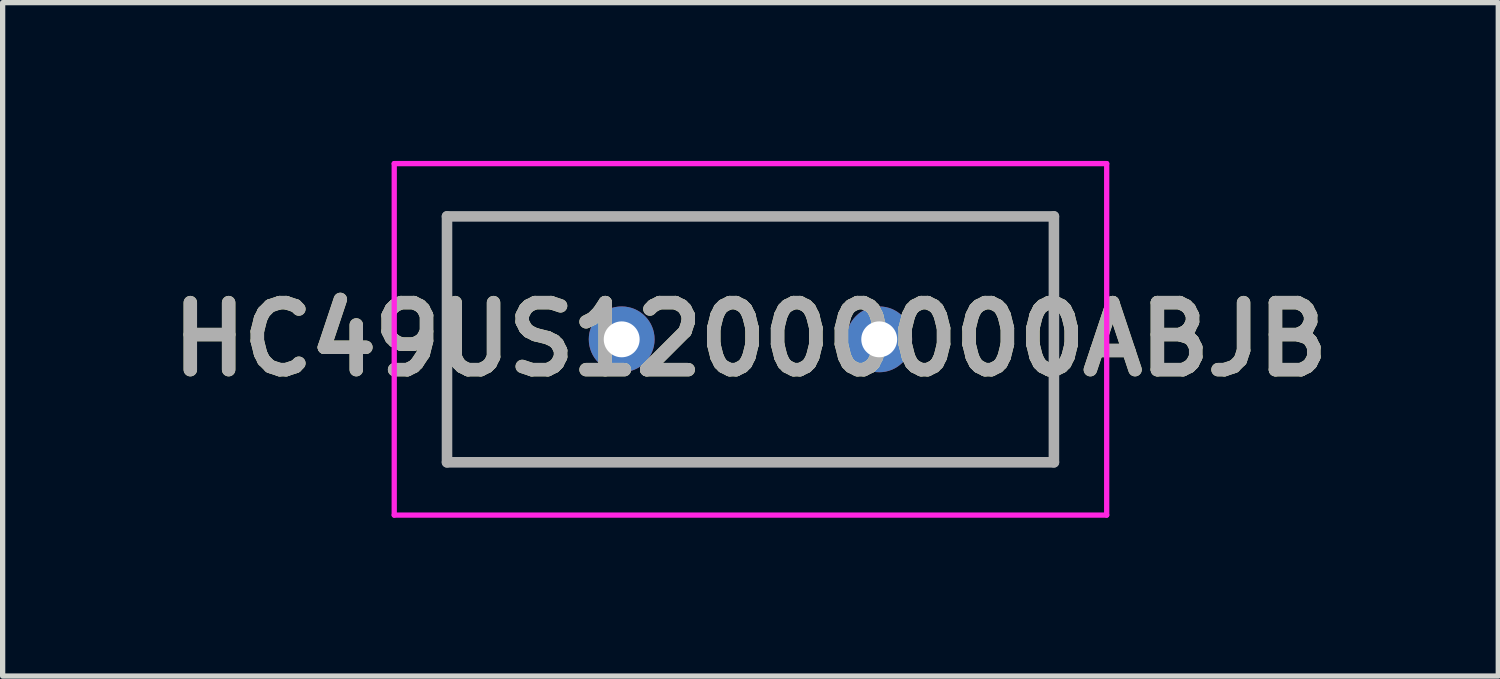
<source format=kicad_pcb>
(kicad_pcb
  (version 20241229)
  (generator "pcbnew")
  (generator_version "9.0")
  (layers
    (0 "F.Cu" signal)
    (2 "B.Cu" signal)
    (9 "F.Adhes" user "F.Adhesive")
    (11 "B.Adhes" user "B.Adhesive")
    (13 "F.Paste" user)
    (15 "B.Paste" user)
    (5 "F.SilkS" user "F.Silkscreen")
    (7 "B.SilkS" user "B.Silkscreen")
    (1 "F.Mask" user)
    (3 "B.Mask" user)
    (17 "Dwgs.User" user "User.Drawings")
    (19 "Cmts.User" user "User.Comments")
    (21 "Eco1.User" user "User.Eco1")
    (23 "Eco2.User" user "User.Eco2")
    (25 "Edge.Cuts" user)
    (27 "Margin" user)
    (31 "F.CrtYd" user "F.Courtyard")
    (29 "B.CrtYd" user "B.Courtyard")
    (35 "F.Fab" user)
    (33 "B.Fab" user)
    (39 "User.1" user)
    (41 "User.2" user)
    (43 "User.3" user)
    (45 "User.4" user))
  (footprint "HC49US12000000ABJB"
    (layer "F.Cu")
    (at 8.73 3.38)
    (property "Reference" "HC49US12000000ABJB" (at 2.44 0 0) (layer "F.SilkS") (effects (font (size 1.27 1.27) (thickness 0.254))))
    (attr through_hole)
    (fp_line (start -3.31 -2.33) (end 8.19 -2.33) (stroke (width 0.1) (type solid)) (layer "F.SilkS"))
    (fp_line (start -3.31 2.33) (end -3.31 -2.33) (stroke (width 0.1) (type solid)) (layer "F.SilkS"))
    (fp_line (start 8.19 -2.33) (end 8.19 2.33) (stroke (width 0.1) (type solid)) (layer "F.SilkS"))
    (fp_line (start 8.19 2.33) (end -3.31 2.33) (stroke (width 0.1) (type solid)) (layer "F.SilkS"))
    (fp_line (start -4.31 -3.33) (end 9.19 -3.33) (stroke (width 0.1) (type solid)) (layer "F.CrtYd"))
    (fp_line (start -4.31 3.33) (end -4.31 -3.33) (stroke (width 0.1) (type solid)) (layer "F.CrtYd"))
    (fp_line (start 9.19 -3.33) (end 9.19 3.33) (stroke (width 0.1) (type solid)) (layer "F.CrtYd"))
    (fp_line (start 9.19 3.33) (end -4.31 3.33) (stroke (width 0.1) (type solid)) (layer "F.CrtYd"))
    (fp_line (start -3.31 -2.33) (end 8.19 -2.33) (stroke (width 0.2) (type solid)) (layer "F.Fab"))
    (fp_line (start -3.31 2.33) (end -3.31 -2.33) (stroke (width 0.2) (type solid)) (layer "F.Fab"))
    (fp_line (start 8.19 -2.33) (end 8.19 2.33) (stroke (width 0.2) (type solid)) (layer "F.Fab"))
    (fp_line (start 8.19 2.33) (end -3.31 2.33) (stroke (width 0.2) (type solid)) (layer "F.Fab"))
    (fp_text user "${REFERENCE}" (at 2.44 0 0) (layer "F.Fab") (effects (font (size 1.27 1.27) (thickness 0.254))))
    (pad "1" thru_hole circle (at 0 0) (size 1.247 1.247) (drill 0.68) (layers "*.Cu" "*.Mask"))
    (pad "2" thru_hole circle (at 4.88 0) (size 1.247 1.247) (drill 0.68) (layers "*.Cu" "*.Mask")))
  (gr_rect
    (start -3 -3)
    (end 25.34 9.76)
    (stroke (width 0.1) (type default))
    (fill no)
    (layer "Edge.Cuts")))
</source>
